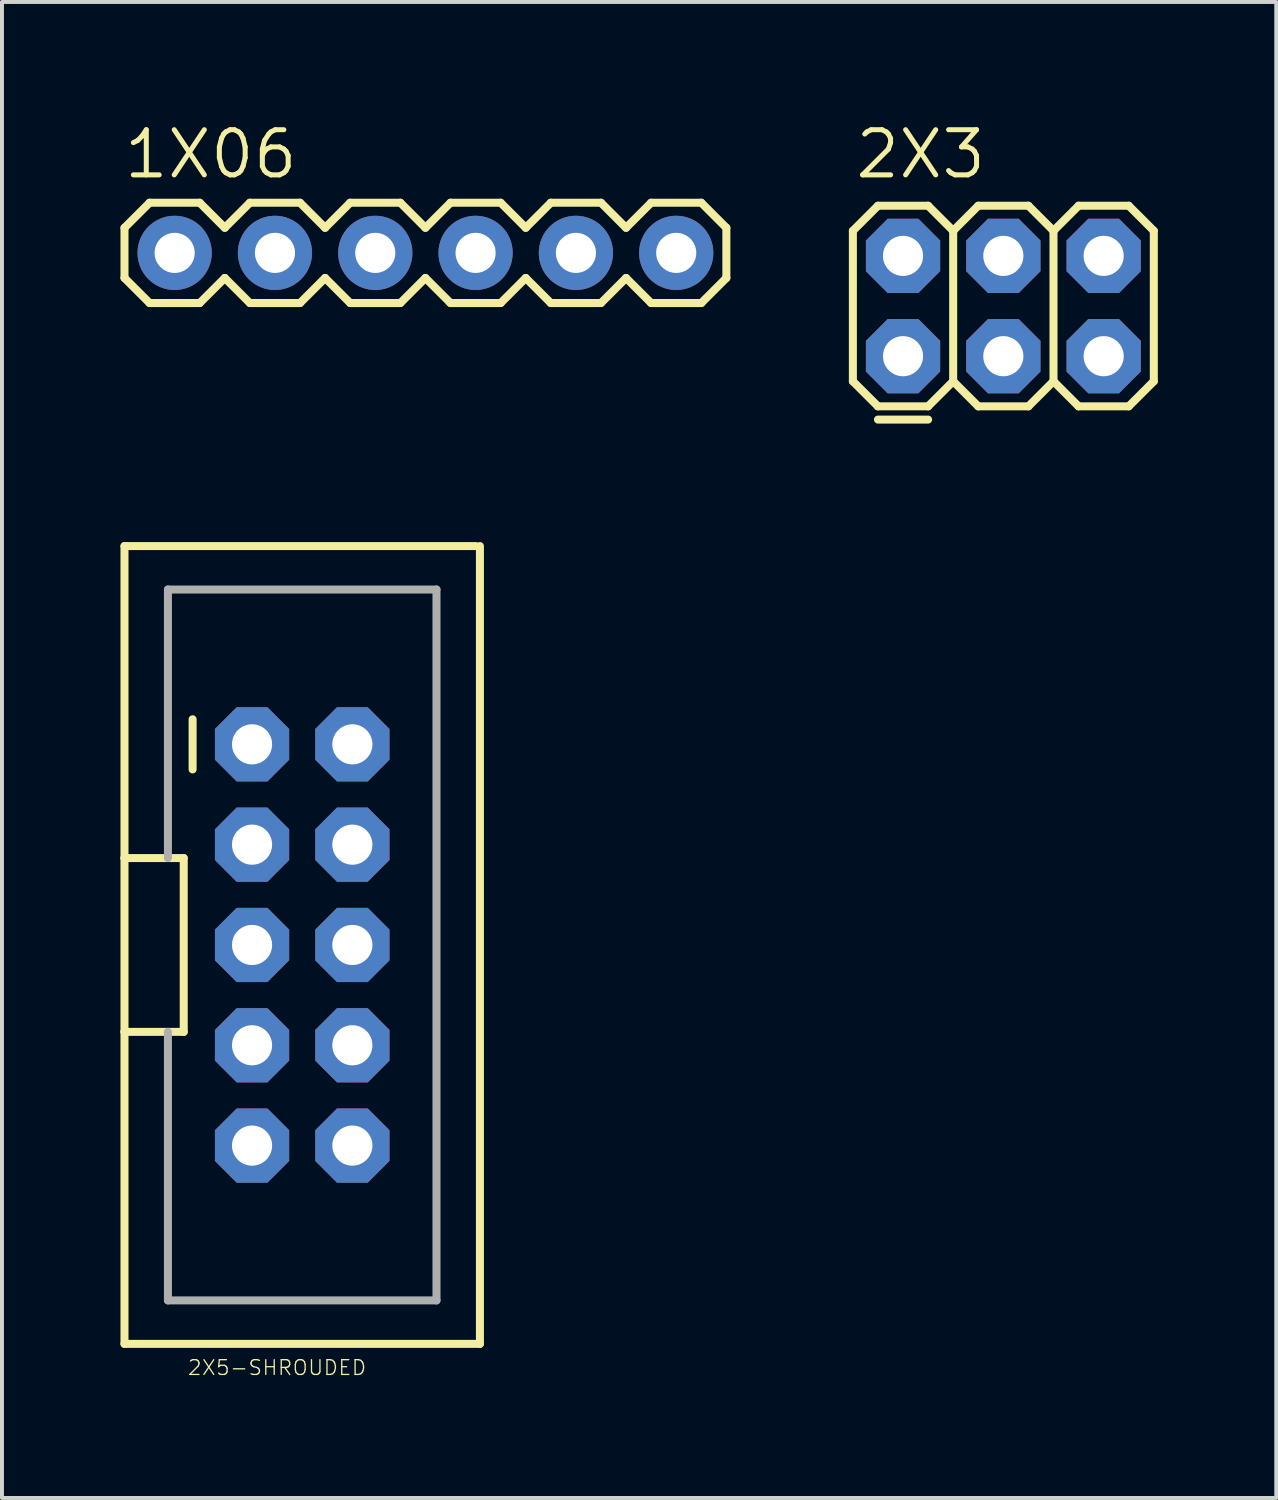
<source format=kicad_pcb>
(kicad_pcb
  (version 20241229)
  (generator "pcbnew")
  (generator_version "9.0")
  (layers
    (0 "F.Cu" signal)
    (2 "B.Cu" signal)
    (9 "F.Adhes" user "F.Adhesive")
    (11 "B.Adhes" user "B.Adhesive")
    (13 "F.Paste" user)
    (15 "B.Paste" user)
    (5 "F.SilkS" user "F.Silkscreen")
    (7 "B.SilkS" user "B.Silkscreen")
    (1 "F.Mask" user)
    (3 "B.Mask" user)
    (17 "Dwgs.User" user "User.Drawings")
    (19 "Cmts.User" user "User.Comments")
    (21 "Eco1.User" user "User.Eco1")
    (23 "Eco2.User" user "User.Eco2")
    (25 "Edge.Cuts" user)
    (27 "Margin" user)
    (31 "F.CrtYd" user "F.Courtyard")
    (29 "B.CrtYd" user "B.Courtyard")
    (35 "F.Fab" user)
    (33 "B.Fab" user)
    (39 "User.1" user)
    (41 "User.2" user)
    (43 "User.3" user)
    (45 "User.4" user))
  (footprint "2X5-SHROUDED"
    (layer "F.Cu")
    (at 4.602 20.877)
    (property "Reference" "2X5-SHROUDED" (at -2.921 10.922 0) (layer "F.SilkS") (effects (font (size 0.374 0.374) (thickness 0.033)) (justify left bottom)))
    (fp_line (start -4.5 -10.1) (end 4.4 -10.1) (stroke (width 0.203) (type solid)) (layer "F.SilkS"))
    (fp_line (start -4.5 -2.2) (end -4.5 -10.1) (stroke (width 0.203) (type solid)) (layer "F.SilkS"))
    (fp_line (start -4.5 -2.2) (end -3 -2.2) (stroke (width 0.203) (type solid)) (layer "F.SilkS"))
    (fp_line (start -4.5 2.2) (end -4.5 -2.2) (stroke (width 0.203) (type solid)) (layer "F.SilkS"))
    (fp_line (start -4.5 10.1) (end -4.5 2.2) (stroke (width 0.203) (type solid)) (layer "F.SilkS"))
    (fp_line (start -3 -2.2) (end -3 2.2) (stroke (width 0.203) (type solid)) (layer "F.SilkS"))
    (fp_line (start -3 2.2) (end -4.5 2.2) (stroke (width 0.203) (type solid)) (layer "F.SilkS"))
    (fp_line (start -2.775 -5.715) (end -2.775 -4.445) (stroke (width 0.203) (type solid)) (layer "F.SilkS"))
    (fp_line (start 4.5 -10.1) (end 4.5 10.1) (stroke (width 0.203) (type solid)) (layer "F.SilkS"))
    (fp_line (start 4.5 10.1) (end -4.5 10.1) (stroke (width 0.203) (type solid)) (layer "F.SilkS"))
    (fp_line (start -3.4 -9) (end -3.4 -2.2) (stroke (width 0.203) (type solid)) (layer "F.Fab"))
    (fp_line (start -3.4 -9) (end 3.4 -9) (stroke (width 0.203) (type solid)) (layer "F.Fab"))
    (fp_line (start -3.4 9) (end -3.4 2.2) (stroke (width 0.203) (type solid)) (layer "F.Fab"))
    (fp_line (start -3.4 9) (end 3.4 9) (stroke (width 0.203) (type solid)) (layer "F.Fab"))
    (fp_line (start 3.4 -9) (end 3.4 9) (stroke (width 0.203) (type solid)) (layer "F.Fab"))
    (fp_poly (pts (xy -1.524 -4.826) (xy -1.016 -4.826) (xy -1.016 -5.334) (xy -1.524 -5.334)) (stroke (width 0.1) (type solid)) (fill no) (layer "F.Fab"))
    (fp_poly (pts (xy -1.524 -2.286) (xy -1.016 -2.286) (xy -1.016 -2.794) (xy -1.524 -2.794)) (stroke (width 0.1) (type solid)) (fill no) (layer "F.Fab"))
    (fp_poly (pts (xy -1.524 0.254) (xy -1.016 0.254) (xy -1.016 -0.254) (xy -1.524 -0.254)) (stroke (width 0.1) (type solid)) (fill no) (layer "F.Fab"))
    (fp_poly (pts (xy -1.524 2.794) (xy -1.016 2.794) (xy -1.016 2.286) (xy -1.524 2.286)) (stroke (width 0.1) (type solid)) (fill no) (layer "F.Fab"))
    (fp_poly (pts (xy -1.524 2.794) (xy -1.016 2.794) (xy -1.016 2.286) (xy -1.524 2.286)) (stroke (width 0.1) (type solid)) (fill no) (layer "F.Fab"))
    (fp_poly (pts (xy -1.524 5.334) (xy -1.016 5.334) (xy -1.016 4.826) (xy -1.524 4.826)) (stroke (width 0.1) (type solid)) (fill no) (layer "F.Fab"))
    (fp_poly (pts (xy 1.016 -4.826) (xy 1.524 -4.826) (xy 1.524 -5.334) (xy 1.016 -5.334)) (stroke (width 0.1) (type solid)) (fill no) (layer "F.Fab"))
    (fp_poly (pts (xy 1.016 -2.286) (xy 1.524 -2.286) (xy 1.524 -2.794) (xy 1.016 -2.794)) (stroke (width 0.1) (type solid)) (fill no) (layer "F.Fab"))
    (fp_poly (pts (xy 1.016 0.254) (xy 1.524 0.254) (xy 1.524 -0.254) (xy 1.016 -0.254)) (stroke (width 0.1) (type solid)) (fill no) (layer "F.Fab"))
    (fp_poly (pts (xy 1.016 2.794) (xy 1.524 2.794) (xy 1.524 2.286) (xy 1.016 2.286)) (stroke (width 0.1) (type solid)) (fill no) (layer "F.Fab"))
    (fp_poly (pts (xy 1.016 2.794) (xy 1.524 2.794) (xy 1.524 2.286) (xy 1.016 2.286)) (stroke (width 0.1) (type solid)) (fill no) (layer "F.Fab"))
    (fp_poly (pts (xy 1.016 5.334) (xy 1.524 5.334) (xy 1.524 4.826) (xy 1.016 4.826)) (stroke (width 0.1) (type solid)) (fill no) (layer "F.Fab"))
    (pad "1" thru_hole roundrect (at -1.27 -5.08 270) (size 1.88 1.88) (drill 1.016) (layers "*.Cu" "*.Mask") (roundrect_rratio 0.25) (chamfer_ratio 0.293) (chamfer top_left top_right bottom_left bottom_right))
    (pad "2" thru_hole roundrect (at 1.27 -5.08 270) (size 1.88 1.88) (drill 1.016) (layers "*.Cu" "*.Mask") (roundrect_rratio 0.25) (chamfer_ratio 0.293) (chamfer top_left top_right bottom_left bottom_right))
    (pad "3" thru_hole roundrect (at -1.27 -2.54 270) (size 1.88 1.88) (drill 1.016) (layers "*.Cu" "*.Mask") (roundrect_rratio 0.25) (chamfer_ratio 0.293) (chamfer top_left top_right bottom_left bottom_right))
    (pad "4" thru_hole roundrect (at 1.27 -2.54 270) (size 1.88 1.88) (drill 1.016) (layers "*.Cu" "*.Mask") (roundrect_rratio 0.25) (chamfer_ratio 0.293) (chamfer top_left top_right bottom_left bottom_right))
    (pad "5" thru_hole roundrect (at -1.27 0 270) (size 1.88 1.88) (drill 1.016) (layers "*.Cu" "*.Mask") (roundrect_rratio 0.25) (chamfer_ratio 0.293) (chamfer top_left top_right bottom_left bottom_right))
    (pad "6" thru_hole roundrect (at 1.27 0 270) (size 1.88 1.88) (drill 1.016) (layers "*.Cu" "*.Mask") (roundrect_rratio 0.25) (chamfer_ratio 0.293) (chamfer top_left top_right bottom_left bottom_right))
    (pad "7" thru_hole roundrect (at -1.27 2.54 270) (size 1.88 1.88) (drill 1.016) (layers "*.Cu" "*.Mask") (roundrect_rratio 0.25) (chamfer_ratio 0.293) (chamfer top_left top_right bottom_left bottom_right))
    (pad "8" thru_hole roundrect (at 1.27 2.54 270) (size 1.88 1.88) (drill 1.016) (layers "*.Cu" "*.Mask") (roundrect_rratio 0.25) (chamfer_ratio 0.293) (chamfer top_left top_right bottom_left bottom_right))
    (pad "9" thru_hole roundrect (at -1.27 5.08 270) (size 1.88 1.88) (drill 1.016) (layers "*.Cu" "*.Mask") (roundrect_rratio 0.25) (chamfer_ratio 0.293) (chamfer top_left top_right bottom_left bottom_right))
    (pad "10" thru_hole roundrect (at 1.27 5.08 270) (size 1.88 1.88) (drill 1.016) (layers "*.Cu" "*.Mask") (roundrect_rratio 0.25) (chamfer_ratio 0.293) (chamfer top_left top_right bottom_left bottom_right)))
  (footprint "2X3"
    (layer "F.Cu")
    (at 19.815 5.969)
    (property "Reference" "2X3" (at -1.27 -4.445 0) (layer "F.SilkS") (effects (font (size 1.143 1.143) (thickness 0.127)) (justify left bottom)))
    (fp_line (start -1.27 -3.175) (end -0.635 -3.81) (stroke (width 0.203) (type solid)) (layer "F.SilkS"))
    (fp_line (start -1.27 0.635) (end -1.27 -3.175) (stroke (width 0.203) (type solid)) (layer "F.SilkS"))
    (fp_line (start -1.27 0.635) (end -0.635 1.27) (stroke (width 0.203) (type solid)) (layer "F.SilkS"))
    (fp_line (start -0.635 -3.81) (end 0.635 -3.81) (stroke (width 0.203) (type solid)) (layer "F.SilkS"))
    (fp_line (start -0.635 1.27) (end 0.635 1.27) (stroke (width 0.203) (type solid)) (layer "F.SilkS"))
    (fp_line (start 0.635 -3.81) (end 1.27 -3.175) (stroke (width 0.203) (type solid)) (layer "F.SilkS"))
    (fp_line (start 0.635 1.27) (end 1.27 0.635) (stroke (width 0.203) (type solid)) (layer "F.SilkS"))
    (fp_line (start 0.635 1.605) (end -0.635 1.605) (stroke (width 0.203) (type solid)) (layer "F.SilkS"))
    (fp_line (start 1.27 -3.175) (end 1.27 0.635) (stroke (width 0.203) (type solid)) (layer "F.SilkS"))
    (fp_line (start 1.27 -3.175) (end 1.905 -3.81) (stroke (width 0.203) (type solid)) (layer "F.SilkS"))
    (fp_line (start 1.27 0.635) (end 1.905 1.27) (stroke (width 0.203) (type solid)) (layer "F.SilkS"))
    (fp_line (start 1.905 -3.81) (end 3.175 -3.81) (stroke (width 0.203) (type solid)) (layer "F.SilkS"))
    (fp_line (start 1.905 1.27) (end 3.175 1.27) (stroke (width 0.203) (type solid)) (layer "F.SilkS"))
    (fp_line (start 3.175 -3.81) (end 3.81 -3.175) (stroke (width 0.203) (type solid)) (layer "F.SilkS"))
    (fp_line (start 3.175 1.27) (end 3.81 0.635) (stroke (width 0.203) (type solid)) (layer "F.SilkS"))
    (fp_line (start 3.81 -3.175) (end 3.81 0.635) (stroke (width 0.203) (type solid)) (layer "F.SilkS"))
    (fp_line (start 3.81 -3.175) (end 4.445 -3.81) (stroke (width 0.203) (type solid)) (layer "F.SilkS"))
    (fp_line (start 3.81 0.635) (end 4.445 1.27) (stroke (width 0.203) (type solid)) (layer "F.SilkS"))
    (fp_line (start 4.445 -3.81) (end 5.715 -3.81) (stroke (width 0.203) (type solid)) (layer "F.SilkS"))
    (fp_line (start 4.445 1.27) (end 5.715 1.27) (stroke (width 0.203) (type solid)) (layer "F.SilkS"))
    (fp_line (start 5.715 -3.81) (end 6.35 -3.175) (stroke (width 0.203) (type solid)) (layer "F.SilkS"))
    (fp_line (start 5.715 1.27) (end 6.35 0.635) (stroke (width 0.203) (type solid)) (layer "F.SilkS"))
    (fp_line (start 6.35 -3.175) (end 6.35 0.635) (stroke (width 0.203) (type solid)) (layer "F.SilkS"))
    (fp_poly (pts (xy -0.254 -2.286) (xy 0.254 -2.286) (xy 0.254 -2.794) (xy -0.254 -2.794)) (stroke (width 0.1) (type solid)) (fill no) (layer "F.Fab"))
    (fp_poly (pts (xy -0.254 0.254) (xy 0.254 0.254) (xy 0.254 -0.254) (xy -0.254 -0.254)) (stroke (width 0.1) (type solid)) (fill no) (layer "F.Fab"))
    (fp_poly (pts (xy 2.286 -2.286) (xy 2.794 -2.286) (xy 2.794 -2.794) (xy 2.286 -2.794)) (stroke (width 0.1) (type solid)) (fill no) (layer "F.Fab"))
    (fp_poly (pts (xy 2.286 0.254) (xy 2.794 0.254) (xy 2.794 -0.254) (xy 2.286 -0.254)) (stroke (width 0.1) (type solid)) (fill no) (layer "F.Fab"))
    (fp_poly (pts (xy 4.826 -2.286) (xy 5.334 -2.286) (xy 5.334 -2.794) (xy 4.826 -2.794)) (stroke (width 0.1) (type solid)) (fill no) (layer "F.Fab"))
    (fp_poly (pts (xy 4.826 0.254) (xy 5.334 0.254) (xy 5.334 -0.254) (xy 4.826 -0.254)) (stroke (width 0.1) (type solid)) (fill no) (layer "F.Fab"))
    (pad "1" thru_hole roundrect (at 0 0) (size 1.88 1.88) (drill 1.016) (layers "*.Cu" "*.Mask") (roundrect_rratio 0.25) (chamfer_ratio 0.293) (chamfer top_left top_right bottom_left bottom_right))
    (pad "2" thru_hole roundrect (at 0 -2.54) (size 1.88 1.88) (drill 1.016) (layers "*.Cu" "*.Mask") (roundrect_rratio 0.25) (chamfer_ratio 0.293) (chamfer top_left top_right bottom_left bottom_right))
    (pad "3" thru_hole roundrect (at 2.54 0) (size 1.88 1.88) (drill 1.016) (layers "*.Cu" "*.Mask") (roundrect_rratio 0.25) (chamfer_ratio 0.293) (chamfer top_left top_right bottom_left bottom_right))
    (pad "4" thru_hole roundrect (at 2.54 -2.54) (size 1.88 1.88) (drill 1.016) (layers "*.Cu" "*.Mask") (roundrect_rratio 0.25) (chamfer_ratio 0.293) (chamfer top_left top_right bottom_left bottom_right))
    (pad "5" thru_hole roundrect (at 5.08 0) (size 1.88 1.88) (drill 1.016) (layers "*.Cu" "*.Mask") (roundrect_rratio 0.25) (chamfer_ratio 0.293) (chamfer top_left top_right bottom_left bottom_right))
    (pad "6" thru_hole roundrect (at 5.08 -2.54) (size 1.88 1.88) (drill 1.016) (layers "*.Cu" "*.Mask") (roundrect_rratio 0.25) (chamfer_ratio 0.293) (chamfer top_left top_right bottom_left bottom_right)))
  (footprint "1X06"
    (layer "F.Cu")
    (at 1.372 3.353)
    (property "Reference" "1X06" (at -1.346 -1.829 0) (layer "F.SilkS") (effects (font (size 1.143 1.143) (thickness 0.127)) (justify left bottom)))
    (fp_line (start -1.27 -0.635) (end -1.27 0.635) (stroke (width 0.203) (type solid)) (layer "F.SilkS"))
    (fp_line (start -1.27 0.635) (end -0.635 1.27) (stroke (width 0.203) (type solid)) (layer "F.SilkS"))
    (fp_line (start -0.635 -1.27) (end -1.27 -0.635) (stroke (width 0.203) (type solid)) (layer "F.SilkS"))
    (fp_line (start -0.635 -1.27) (end 0.635 -1.27) (stroke (width 0.203) (type solid)) (layer "F.SilkS"))
    (fp_line (start 0.635 -1.27) (end 1.27 -0.635) (stroke (width 0.203) (type solid)) (layer "F.SilkS"))
    (fp_line (start 0.635 1.27) (end -0.635 1.27) (stroke (width 0.203) (type solid)) (layer "F.SilkS"))
    (fp_line (start 1.27 -0.635) (end 1.905 -1.27) (stroke (width 0.203) (type solid)) (layer "F.SilkS"))
    (fp_line (start 1.27 0.635) (end 0.635 1.27) (stroke (width 0.203) (type solid)) (layer "F.SilkS"))
    (fp_line (start 1.905 -1.27) (end 3.175 -1.27) (stroke (width 0.203) (type solid)) (layer "F.SilkS"))
    (fp_line (start 1.905 1.27) (end 1.27 0.635) (stroke (width 0.203) (type solid)) (layer "F.SilkS"))
    (fp_line (start 3.175 -1.27) (end 3.81 -0.635) (stroke (width 0.203) (type solid)) (layer "F.SilkS"))
    (fp_line (start 3.175 1.27) (end 1.905 1.27) (stroke (width 0.203) (type solid)) (layer "F.SilkS"))
    (fp_line (start 3.81 -0.635) (end 4.445 -1.27) (stroke (width 0.203) (type solid)) (layer "F.SilkS"))
    (fp_line (start 3.81 0.635) (end 3.175 1.27) (stroke (width 0.203) (type solid)) (layer "F.SilkS"))
    (fp_line (start 4.445 -1.27) (end 5.715 -1.27) (stroke (width 0.203) (type solid)) (layer "F.SilkS"))
    (fp_line (start 4.445 1.27) (end 3.81 0.635) (stroke (width 0.203) (type solid)) (layer "F.SilkS"))
    (fp_line (start 5.715 -1.27) (end 6.35 -0.635) (stroke (width 0.203) (type solid)) (layer "F.SilkS"))
    (fp_line (start 5.715 1.27) (end 4.445 1.27) (stroke (width 0.203) (type solid)) (layer "F.SilkS"))
    (fp_line (start 6.35 0.635) (end 5.715 1.27) (stroke (width 0.203) (type solid)) (layer "F.SilkS"))
    (fp_line (start 6.35 0.635) (end 6.985 1.27) (stroke (width 0.203) (type solid)) (layer "F.SilkS"))
    (fp_line (start 6.985 -1.27) (end 6.35 -0.635) (stroke (width 0.203) (type solid)) (layer "F.SilkS"))
    (fp_line (start 6.985 -1.27) (end 8.255 -1.27) (stroke (width 0.203) (type solid)) (layer "F.SilkS"))
    (fp_line (start 8.255 -1.27) (end 8.89 -0.635) (stroke (width 0.203) (type solid)) (layer "F.SilkS"))
    (fp_line (start 8.255 1.27) (end 6.985 1.27) (stroke (width 0.203) (type solid)) (layer "F.SilkS"))
    (fp_line (start 8.89 -0.635) (end 9.525 -1.27) (stroke (width 0.203) (type solid)) (layer "F.SilkS"))
    (fp_line (start 8.89 0.635) (end 8.255 1.27) (stroke (width 0.203) (type solid)) (layer "F.SilkS"))
    (fp_line (start 9.525 -1.27) (end 10.795 -1.27) (stroke (width 0.203) (type solid)) (layer "F.SilkS"))
    (fp_line (start 9.525 1.27) (end 8.89 0.635) (stroke (width 0.203) (type solid)) (layer "F.SilkS"))
    (fp_line (start 10.795 -1.27) (end 11.43 -0.635) (stroke (width 0.203) (type solid)) (layer "F.SilkS"))
    (fp_line (start 10.795 1.27) (end 9.525 1.27) (stroke (width 0.203) (type solid)) (layer "F.SilkS"))
    (fp_line (start 11.43 -0.635) (end 12.065 -1.27) (stroke (width 0.203) (type solid)) (layer "F.SilkS"))
    (fp_line (start 11.43 0.635) (end 10.795 1.27) (stroke (width 0.203) (type solid)) (layer "F.SilkS"))
    (fp_line (start 12.065 -1.27) (end 13.335 -1.27) (stroke (width 0.203) (type solid)) (layer "F.SilkS"))
    (fp_line (start 12.065 1.27) (end 11.43 0.635) (stroke (width 0.203) (type solid)) (layer "F.SilkS"))
    (fp_line (start 13.335 -1.27) (end 13.97 -0.635) (stroke (width 0.203) (type solid)) (layer "F.SilkS"))
    (fp_line (start 13.335 1.27) (end 12.065 1.27) (stroke (width 0.203) (type solid)) (layer "F.SilkS"))
    (fp_line (start 13.97 -0.635) (end 13.97 0.635) (stroke (width 0.203) (type solid)) (layer "F.SilkS"))
    (fp_line (start 13.97 0.635) (end 13.335 1.27) (stroke (width 0.203) (type solid)) (layer "F.SilkS"))
    (fp_poly (pts (xy -0.254 0.254) (xy 0.254 0.254) (xy 0.254 -0.254) (xy -0.254 -0.254)) (stroke (width 0.1) (type solid)) (fill no) (layer "F.Fab"))
    (fp_poly (pts (xy 2.286 0.254) (xy 2.794 0.254) (xy 2.794 -0.254) (xy 2.286 -0.254)) (stroke (width 0.1) (type solid)) (fill no) (layer "F.Fab"))
    (fp_poly (pts (xy 4.826 0.254) (xy 5.334 0.254) (xy 5.334 -0.254) (xy 4.826 -0.254)) (stroke (width 0.1) (type solid)) (fill no) (layer "F.Fab"))
    (fp_poly (pts (xy 7.366 0.254) (xy 7.874 0.254) (xy 7.874 -0.254) (xy 7.366 -0.254)) (stroke (width 0.1) (type solid)) (fill no) (layer "F.Fab"))
    (fp_poly (pts (xy 9.906 0.254) (xy 10.414 0.254) (xy 10.414 -0.254) (xy 9.906 -0.254)) (stroke (width 0.1) (type solid)) (fill no) (layer "F.Fab"))
    (fp_poly (pts (xy 12.446 0.254) (xy 12.954 0.254) (xy 12.954 -0.254) (xy 12.446 -0.254)) (stroke (width 0.1) (type solid)) (fill no) (layer "F.Fab"))
    (pad "1" thru_hole circle (at 0 0 90) (size 1.88 1.88) (drill 1.016) (layers "*.Cu" "*.Mask"))
    (pad "2" thru_hole circle (at 2.54 0 90) (size 1.88 1.88) (drill 1.016) (layers "*.Cu" "*.Mask"))
    (pad "3" thru_hole circle (at 5.08 0 90) (size 1.88 1.88) (drill 1.016) (layers "*.Cu" "*.Mask"))
    (pad "4" thru_hole circle (at 7.62 0 90) (size 1.88 1.88) (drill 1.016) (layers "*.Cu" "*.Mask"))
    (pad "5" thru_hole circle (at 10.16 0 90) (size 1.88 1.88) (drill 1.016) (layers "*.Cu" "*.Mask"))
    (pad "6" thru_hole circle (at 12.7 0 90) (size 1.88 1.88) (drill 1.016) (layers "*.Cu" "*.Mask")))
  (gr_rect
    (start -3 -3)
    (end 29.266 34.879)
    (stroke (width 0.1) (type default))
    (fill no)
    (layer "Edge.Cuts")))
</source>
